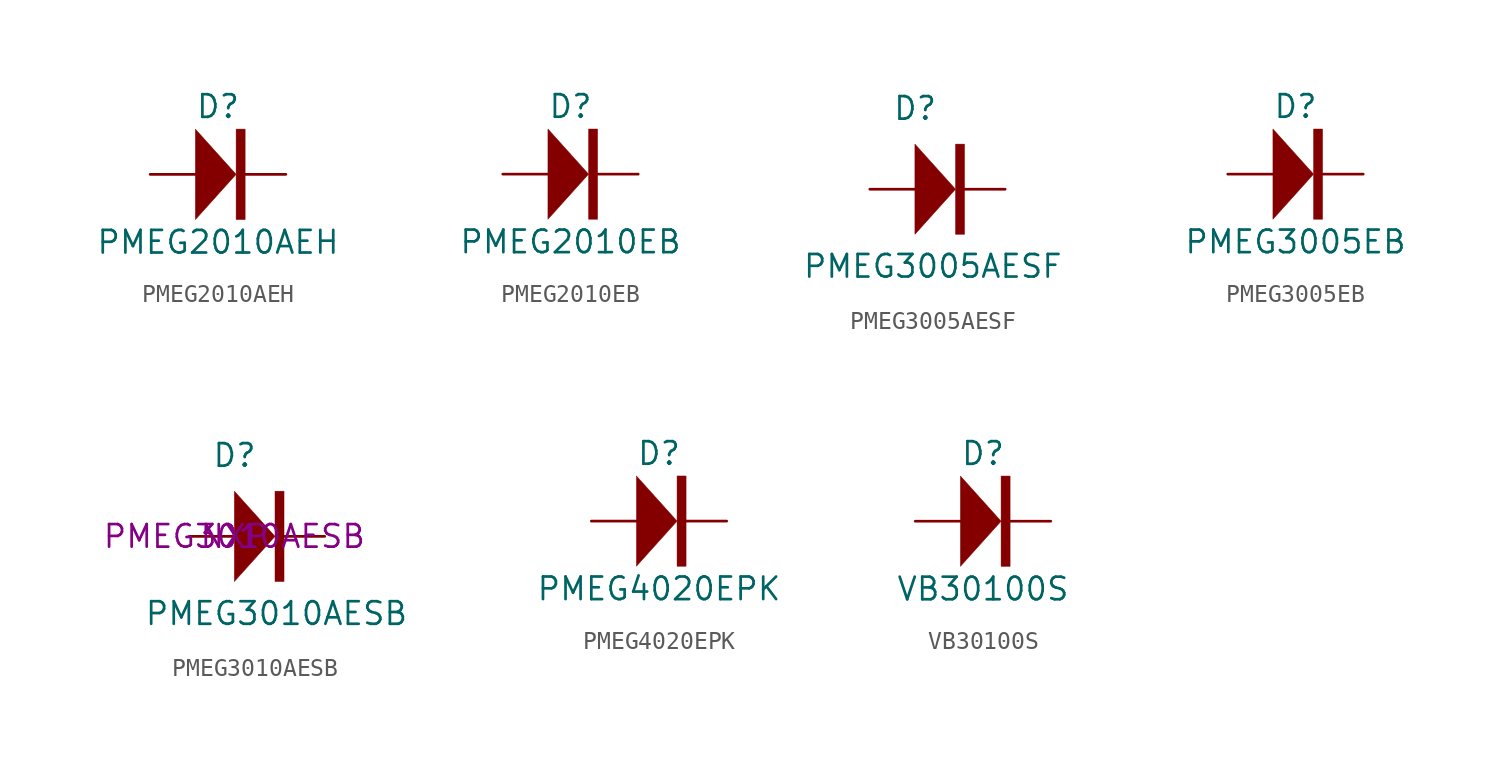
<source format=kicad_sym>
(kicad_symbol_lib
  (version 20211014)
  (generator kicad_symbol_editor)
  (symbol "PMEG2010AEH"
    (pin_numbers hide)
    (pin_names
      (offset 0) hide)
    (property "Reference" "D"
      (at 1.27 3.81 0)
      (effects (font (size 1.27 1.27))))
    (property "Value" "PMEG2010AEH"
      (at 1.27 -3.81 0)
      (effects (font (size 1.27 1.27))))
    (symbol "PMEG2010AEH_0_1"
      (polyline (pts (xy 0 2.54) (xy 0 -2.54) (xy 2.286 0) (xy 0 2.54)) (stroke (width 0.025) (type default) (color 0 0 0 0)) (fill (type outline)))
      (rectangle (start 2.286 2.54) (end 2.794 -2.54) (stroke (width 0.025) (type default) (color 0 0 0 0)) (fill (type outline))))
    (symbol "PMEG2010AEH_1_1"
      (pin passive line (at 5.08 0 180) (length 2.54) (name "K" (effects (font (size 0.635 0.635)))) (number "1" (effects (font (size 0.635 0.635)))))
      (pin passive line (at -2.54 0 0) (length 2.54) (name "A" (effects (font (size 0.635 0.635)))) (number "2" (effects (font (size 0.635 0.635)))))))
  (symbol "PMEG2010EB"
    (pin_numbers hide)
    (pin_names
      (offset 0) hide)
    (property "Reference" "D"
      (at 1.27 3.81 0)
      (effects (font (size 1.27 1.27))))
    (property "Value" "PMEG2010EB"
      (at 1.27 -3.81 0)
      (effects (font (size 1.27 1.27))))
    (symbol "PMEG2010EB_0_1"
      (polyline (pts (xy 0 2.54) (xy 0 -2.54) (xy 2.286 0) (xy 0 2.54)) (stroke (width 0.025) (type default) (color 0 0 0 0)) (fill (type outline)))
      (rectangle (start 2.286 2.54) (end 2.794 -2.54) (stroke (width 0.025) (type default) (color 0 0 0 0)) (fill (type outline))))
    (symbol "PMEG2010EB_1_1"
      (pin passive line (at 5.08 0 180) (length 2.54) (name "K" (effects (font (size 0.635 0.635)))) (number "1" (effects (font (size 0.635 0.635)))))
      (pin passive line (at -2.54 0 0) (length 2.54) (name "A" (effects (font (size 0.635 0.635)))) (number "2" (effects (font (size 0.635 0.635)))))))
  (symbol "PMEG3005AESF"
    (pin_numbers hide)
    (pin_names
      (offset 0) hide)
    (property "Reference" "D"
      (at -1.27 3.81 0)
      (effects (font (size 1.27 1.27)) (justify left bottom)))
    (property "Value" "PMEG3005AESF"
      (at -6.35 -5.08 0)
      (effects (font (size 1.27 1.27)) (justify left bottom)))
    (symbol "PMEG3005AESF_0_1"
      (polyline (pts (xy 0 2.54) (xy 0 -2.54) (xy 2.286 0) (xy 0 2.54)) (stroke (width 0.025) (type default) (color 0 0 0 0)) (fill (type outline)))
      (rectangle (start 2.286 2.54) (end 2.794 -2.54) (stroke (width 0.025) (type default) (color 0 0 0 0)) (fill (type outline))))
    (symbol "PMEG3005AESF_1_1"
      (pin passive line (at 5.08 0 180) (length 2.54) (name "K" (effects (font (size 0.635 0.635)))) (number "1" (effects (font (size 0.635 0.635)))))
      (pin passive line (at -2.54 0 0) (length 2.54) (name "A" (effects (font (size 0.635 0.635)))) (number "2" (effects (font (size 0.635 0.635)))))))
  (symbol "PMEG3005EB"
    (pin_numbers hide)
    (pin_names
      (offset 0) hide)
    (property "Reference" "D"
      (at 1.27 3.81 0)
      (effects (font (size 1.27 1.27))))
    (property "Value" "PMEG3005EB"
      (at 1.27 -3.81 0)
      (effects (font (size 1.27 1.27))))
    (symbol "PMEG3005EB_0_1"
      (polyline (pts (xy 0 2.54) (xy 0 -2.54) (xy 2.286 0) (xy 0 2.54)) (stroke (width 0.025) (type default) (color 0 0 0 0)) (fill (type outline)))
      (rectangle (start 2.286 2.54) (end 2.794 -2.54) (stroke (width 0.025) (type default) (color 0 0 0 0)) (fill (type outline))))
    (symbol "PMEG3005EB_1_1"
      (pin passive line (at 5.08 0 180) (length 2.54) (name "K" (effects (font (size 0.635 0.635)))) (number "1" (effects (font (size 0.635 0.635)))))
      (pin passive line (at -2.54 0 0) (length 2.54) (name "A" (effects (font (size 0.635 0.635)))) (number "2" (effects (font (size 0.635 0.635)))))))
  (symbol "PMEG3010AESB"
    (pin_numbers hide)
    (pin_names
      (offset 0) hide)
    (property "Reference" "D"
      (at -1.27 3.81 0)
      (effects (font (size 1.27 1.27)) (justify left bottom)))
    (property "Value" "PMEG3010AESB"
      (at -5.08 -5.08 0)
      (effects (font (size 1.27 1.27)) (justify left bottom)))
    (property "MFR" "NXP"
      (at 0 0 0)
      (effects (font (size 1.27 1.27))))
    (property "MFR REF" "PMEG3010AESB"
      (at 0 0 0)
      (effects (font (size 1.27 1.27))))
    (symbol "PMEG3010AESB_0_1"
      (polyline (pts (xy 0 2.54) (xy 0 -2.54) (xy 2.286 0) (xy 0 2.54)) (stroke (width 0.025) (type default) (color 0 0 0 0)) (fill (type outline)))
      (rectangle (start 2.286 2.54) (end 2.794 -2.54) (stroke (width 0.025) (type default) (color 0 0 0 0)) (fill (type outline))))
    (symbol "PMEG3010AESB_1_1"
      (pin passive line (at 5.08 0 180) (length 2.54) (name "K" (effects (font (size 0.635 0.635)))) (number "1" (effects (font (size 0.635 0.635)))))
      (pin passive line (at -2.54 0 0) (length 2.54) (name "A" (effects (font (size 0.635 0.635)))) (number "2" (effects (font (size 0.635 0.635)))))))
  (symbol "PMEG4020EPK"
    (pin_numbers hide)
    (pin_names
      (offset 0) hide)
    (property "Reference" "D"
      (at 1.27 3.81 0)
      (effects (font (size 1.27 1.27))))
    (property "Value" "PMEG4020EPK"
      (at 1.27 -3.81 0)
      (effects (font (size 1.27 1.27))))
    (symbol "PMEG4020EPK_0_1"
      (polyline (pts (xy 0 2.54) (xy 0 -2.54) (xy 2.286 0) (xy 0 2.54)) (stroke (width 0.025) (type default) (color 0 0 0 0)) (fill (type outline)))
      (rectangle (start 2.286 2.54) (end 2.794 -2.54) (stroke (width 0.025) (type default) (color 0 0 0 0)) (fill (type outline))))
    (symbol "PMEG4020EPK_1_1"
      (pin passive line (at 5.08 0 180) (length 2.54) (name "K" (effects (font (size 0.635 0.635)))) (number "1" (effects (font (size 0.635 0.635)))))
      (pin passive line (at -2.54 0 0) (length 2.54) (name "A" (effects (font (size 0.635 0.635)))) (number "2" (effects (font (size 0.635 0.635)))))))
  (symbol "VB30100S"
    (pin_numbers hide)
    (pin_names
      (offset 0) hide)
    (property "Reference" "D"
      (at 1.27 3.81 0)
      (effects (font (size 1.27 1.27))))
    (property "Value" "VB30100S"
      (at 1.27 -3.81 0)
      (effects (font (size 1.27 1.27))))
    (symbol "VB30100S_0_1"
      (polyline (pts (xy 0 2.54) (xy 0 -2.54) (xy 2.286 0) (xy 0 2.54)) (stroke (width 0.025) (type default) (color 0 0 0 0)) (fill (type outline)))
      (rectangle (start 2.286 2.54) (end 2.794 -2.54) (stroke (width 0.025) (type default) (color 0 0 0 0)) (fill (type outline))))
    (symbol "VB30100S_1_1"
      (pin passive line (at 5.08 0 180) (length 2.54) (name "K" (effects (font (size 0.635 0.635)))) (number "2" (effects (font (size 0.635 0.635)))))
      (pin passive line (at -2.54 0 0) (length 2.54) (name "A" (effects (font (size 0.635 0.635)))) (number "3" (effects (font (size 0.635 0.635))))))))
</source>
